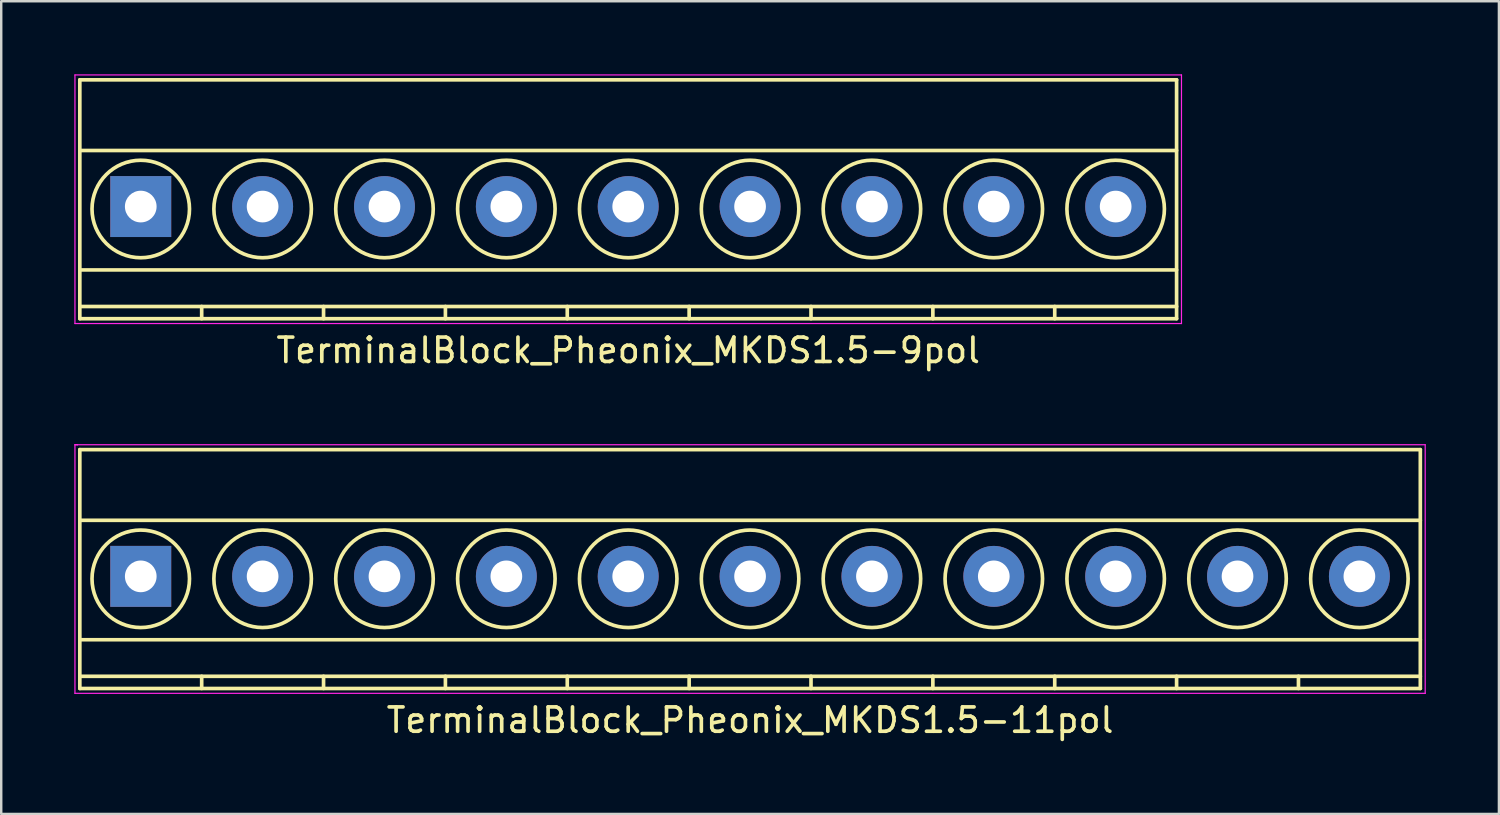
<source format=kicad_pcb>
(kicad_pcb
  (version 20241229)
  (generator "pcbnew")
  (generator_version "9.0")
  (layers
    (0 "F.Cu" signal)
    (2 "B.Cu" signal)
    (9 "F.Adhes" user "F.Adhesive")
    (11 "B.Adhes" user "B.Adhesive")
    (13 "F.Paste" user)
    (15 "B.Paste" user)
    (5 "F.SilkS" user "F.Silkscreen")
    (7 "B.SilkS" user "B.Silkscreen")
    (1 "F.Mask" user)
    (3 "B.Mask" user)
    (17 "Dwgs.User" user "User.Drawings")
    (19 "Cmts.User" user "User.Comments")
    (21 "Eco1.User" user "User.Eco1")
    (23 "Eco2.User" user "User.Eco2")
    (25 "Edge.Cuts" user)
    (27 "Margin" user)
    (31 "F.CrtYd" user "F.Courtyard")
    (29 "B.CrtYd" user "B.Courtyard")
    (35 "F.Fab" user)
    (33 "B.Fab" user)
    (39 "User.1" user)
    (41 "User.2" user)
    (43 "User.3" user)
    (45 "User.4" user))
  (footprint "TerminalBlock_Pheonix_MKDS1.5-9pol"
    (layer "F.Cu")
    (at 2.725 5.425)
    (property "Reference" "TerminalBlock_Pheonix_MKDS1.5-9pol" (at 20 5.9 0) (layer "F.SilkS") (effects (font (size 1 1) (thickness 0.15))))
    (attr through_hole)
    (fp_line (start -2.5 -5.2) (end -2.5 4.6) (stroke (width 0.15) (type solid)) (layer "F.SilkS"))
    (fp_line (start -2.5 -2.3) (end 42.5 -2.3) (stroke (width 0.15) (type solid)) (layer "F.SilkS"))
    (fp_line (start -2.5 2.6) (end 42.5 2.6) (stroke (width 0.15) (type solid)) (layer "F.SilkS"))
    (fp_line (start -2.5 4.1) (end 42.5 4.1) (stroke (width 0.15) (type solid)) (layer "F.SilkS"))
    (fp_line (start -2.5 4.6) (end 42.5 4.6) (stroke (width 0.15) (type solid)) (layer "F.SilkS"))
    (fp_line (start 2.5 4.1) (end 2.5 4.6) (stroke (width 0.15) (type solid)) (layer "F.SilkS"))
    (fp_line (start 7.5 4.1) (end 7.5 4.6) (stroke (width 0.15) (type solid)) (layer "F.SilkS"))
    (fp_line (start 12.5 4.1) (end 12.5 4.6) (stroke (width 0.15) (type solid)) (layer "F.SilkS"))
    (fp_line (start 17.5 4.1) (end 17.5 4.6) (stroke (width 0.15) (type solid)) (layer "F.SilkS"))
    (fp_line (start 22.5 4.1) (end 22.5 4.6) (stroke (width 0.15) (type solid)) (layer "F.SilkS"))
    (fp_line (start 27.5 4.1) (end 27.5 4.6) (stroke (width 0.15) (type solid)) (layer "F.SilkS"))
    (fp_line (start 32.5 4.1) (end 32.5 4.6) (stroke (width 0.15) (type solid)) (layer "F.SilkS"))
    (fp_line (start 37.5 4.1) (end 37.5 4.6) (stroke (width 0.15) (type solid)) (layer "F.SilkS"))
    (fp_line (start 42.5 -5.2) (end -2.5 -5.2) (stroke (width 0.15) (type solid)) (layer "F.SilkS"))
    (fp_line (start 42.5 4.6) (end 42.5 -5.2) (stroke (width 0.15) (type solid)) (layer "F.SilkS"))
    (fp_circle (center 0 0.1) (end 2 0.1) (stroke (width 0.15) (type solid)) (fill no) (layer "F.SilkS"))
    (fp_circle (center 5 0.1) (end 3 0.1) (stroke (width 0.15) (type solid)) (fill no) (layer "F.SilkS"))
    (fp_circle (center 10 0.1) (end 8 0.1) (stroke (width 0.15) (type solid)) (fill no) (layer "F.SilkS"))
    (fp_circle (center 15 0.1) (end 13 0.1) (stroke (width 0.15) (type solid)) (fill no) (layer "F.SilkS"))
    (fp_circle (center 20 0.1) (end 18 0.1) (stroke (width 0.15) (type solid)) (fill no) (layer "F.SilkS"))
    (fp_circle (center 25 0.1) (end 23 0.1) (stroke (width 0.15) (type solid)) (fill no) (layer "F.SilkS"))
    (fp_circle (center 30 0.1) (end 28 0.1) (stroke (width 0.15) (type solid)) (fill no) (layer "F.SilkS"))
    (fp_circle (center 35 0.1) (end 33 0.1) (stroke (width 0.15) (type solid)) (fill no) (layer "F.SilkS"))
    (fp_circle (center 40 0.1) (end 38 0.1) (stroke (width 0.15) (type solid)) (fill no) (layer "F.SilkS"))
    (fp_line (start -2.7 -5.4) (end 42.7 -5.4) (stroke (width 0.05) (type solid)) (layer "F.CrtYd"))
    (fp_line (start -2.7 4.8) (end -2.7 -5.4) (stroke (width 0.05) (type solid)) (layer "F.CrtYd"))
    (fp_line (start 42.7 -5.4) (end 42.7 4.8) (stroke (width 0.05) (type solid)) (layer "F.CrtYd"))
    (fp_line (start 42.7 4.8) (end -2.7 4.8) (stroke (width 0.05) (type solid)) (layer "F.CrtYd"))
    (pad "1" thru_hole rect (at 0 0) (size 2.5 2.5) (drill 1.3) (layers "*.Cu" "*.Mask"))
    (pad "2" thru_hole circle (at 5 0) (size 2.5 2.5) (drill 1.3) (layers "*.Cu" "*.Mask"))
    (pad "3" thru_hole circle (at 10 0) (size 2.5 2.5) (drill 1.3) (layers "*.Cu" "*.Mask"))
    (pad "4" thru_hole circle (at 15 0) (size 2.5 2.5) (drill 1.3) (layers "*.Cu" "*.Mask"))
    (pad "5" thru_hole circle (at 20 0) (size 2.5 2.5) (drill 1.3) (layers "*.Cu" "*.Mask"))
    (pad "6" thru_hole circle (at 25 0) (size 2.5 2.5) (drill 1.3) (layers "*.Cu" "*.Mask"))
    (pad "7" thru_hole circle (at 30 0) (size 2.5 2.5) (drill 1.3) (layers "*.Cu" "*.Mask"))
    (pad "8" thru_hole circle (at 35 0) (size 2.5 2.5) (drill 1.3) (layers "*.Cu" "*.Mask"))
    (pad "9" thru_hole circle (at 40 0) (size 2.5 2.5) (drill 1.3) (layers "*.Cu" "*.Mask")))
  (footprint "TerminalBlock_Pheonix_MKDS1.5-11pol"
    (layer "F.Cu")
    (at 2.725 20.598)
    (property "Reference" "TerminalBlock_Pheonix_MKDS1.5-11pol" (at 25 5.9 0) (layer "F.SilkS") (effects (font (size 1 1) (thickness 0.15))))
    (attr through_hole)
    (fp_line (start -2.5 -5.2) (end -2.5 4.6) (stroke (width 0.15) (type solid)) (layer "F.SilkS"))
    (fp_line (start -2.5 -2.3) (end 52.5 -2.3) (stroke (width 0.15) (type solid)) (layer "F.SilkS"))
    (fp_line (start -2.5 2.6) (end 52.5 2.6) (stroke (width 0.15) (type solid)) (layer "F.SilkS"))
    (fp_line (start -2.5 4.1) (end 52.5 4.1) (stroke (width 0.15) (type solid)) (layer "F.SilkS"))
    (fp_line (start -2.5 4.6) (end 52.5 4.6) (stroke (width 0.15) (type solid)) (layer "F.SilkS"))
    (fp_line (start 2.5 4.1) (end 2.5 4.6) (stroke (width 0.15) (type solid)) (layer "F.SilkS"))
    (fp_line (start 7.5 4.1) (end 7.5 4.6) (stroke (width 0.15) (type solid)) (layer "F.SilkS"))
    (fp_line (start 12.5 4.1) (end 12.5 4.6) (stroke (width 0.15) (type solid)) (layer "F.SilkS"))
    (fp_line (start 17.5 4.1) (end 17.5 4.6) (stroke (width 0.15) (type solid)) (layer "F.SilkS"))
    (fp_line (start 22.5 4.1) (end 22.5 4.6) (stroke (width 0.15) (type solid)) (layer "F.SilkS"))
    (fp_line (start 27.5 4.1) (end 27.5 4.6) (stroke (width 0.15) (type solid)) (layer "F.SilkS"))
    (fp_line (start 32.5 4.1) (end 32.5 4.6) (stroke (width 0.15) (type solid)) (layer "F.SilkS"))
    (fp_line (start 37.5 4.1) (end 37.5 4.6) (stroke (width 0.15) (type solid)) (layer "F.SilkS"))
    (fp_line (start 42.5 4.1) (end 42.5 4.6) (stroke (width 0.15) (type solid)) (layer "F.SilkS"))
    (fp_line (start 47.5 4.1) (end 47.5 4.6) (stroke (width 0.15) (type solid)) (layer "F.SilkS"))
    (fp_line (start 52.5 -5.2) (end -2.5 -5.2) (stroke (width 0.15) (type solid)) (layer "F.SilkS"))
    (fp_line (start 52.5 4.6) (end 52.5 -5.2) (stroke (width 0.15) (type solid)) (layer "F.SilkS"))
    (fp_circle (center 0 0.1) (end 2 0.1) (stroke (width 0.15) (type solid)) (fill no) (layer "F.SilkS"))
    (fp_circle (center 5 0.1) (end 3 0.1) (stroke (width 0.15) (type solid)) (fill no) (layer "F.SilkS"))
    (fp_circle (center 10 0.1) (end 8 0.1) (stroke (width 0.15) (type solid)) (fill no) (layer "F.SilkS"))
    (fp_circle (center 15 0.1) (end 13 0.1) (stroke (width 0.15) (type solid)) (fill no) (layer "F.SilkS"))
    (fp_circle (center 20 0.1) (end 18 0.1) (stroke (width 0.15) (type solid)) (fill no) (layer "F.SilkS"))
    (fp_circle (center 25 0.1) (end 23 0.1) (stroke (width 0.15) (type solid)) (fill no) (layer "F.SilkS"))
    (fp_circle (center 30 0.1) (end 28 0.1) (stroke (width 0.15) (type solid)) (fill no) (layer "F.SilkS"))
    (fp_circle (center 35 0.1) (end 33 0.1) (stroke (width 0.15) (type solid)) (fill no) (layer "F.SilkS"))
    (fp_circle (center 40 0.1) (end 38 0.1) (stroke (width 0.15) (type solid)) (fill no) (layer "F.SilkS"))
    (fp_circle (center 45 0.1) (end 43 0.1) (stroke (width 0.15) (type solid)) (fill no) (layer "F.SilkS"))
    (fp_circle (center 50 0.1) (end 48 0.1) (stroke (width 0.15) (type solid)) (fill no) (layer "F.SilkS"))
    (fp_line (start -2.7 -5.4) (end -2.7 4.8) (stroke (width 0.05) (type solid)) (layer "F.CrtYd"))
    (fp_line (start -2.7 -5.4) (end -2.6 -5.4) (stroke (width 0.05) (type solid)) (layer "F.CrtYd"))
    (fp_line (start -2.7 4.8) (end 52.7 4.8) (stroke (width 0.05) (type solid)) (layer "F.CrtYd"))
    (fp_line (start -2.6 -5.4) (end -2.7 -5.4) (stroke (width 0.05) (type solid)) (layer "F.CrtYd"))
    (fp_line (start 52.7 -5.4) (end -2.6 -5.4) (stroke (width 0.05) (type solid)) (layer "F.CrtYd"))
    (fp_line (start 52.7 4.8) (end 52.7 -5.4) (stroke (width 0.05) (type solid)) (layer "F.CrtYd"))
    (pad "1" thru_hole rect (at 0 0) (size 2.5 2.5) (drill 1.3) (layers "*.Cu" "*.Mask"))
    (pad "2" thru_hole circle (at 5 0) (size 2.5 2.5) (drill 1.3) (layers "*.Cu" "*.Mask"))
    (pad "3" thru_hole circle (at 10 0) (size 2.5 2.5) (drill 1.3) (layers "*.Cu" "*.Mask"))
    (pad "4" thru_hole circle (at 15 0) (size 2.5 2.5) (drill 1.3) (layers "*.Cu" "*.Mask"))
    (pad "5" thru_hole circle (at 20 0) (size 2.5 2.5) (drill 1.3) (layers "*.Cu" "*.Mask"))
    (pad "6" thru_hole circle (at 25 0) (size 2.5 2.5) (drill 1.3) (layers "*.Cu" "*.Mask"))
    (pad "7" thru_hole circle (at 30 0) (size 2.5 2.5) (drill 1.3) (layers "*.Cu" "*.Mask"))
    (pad "8" thru_hole circle (at 35 0) (size 2.5 2.5) (drill 1.3) (layers "*.Cu" "*.Mask"))
    (pad "9" thru_hole circle (at 40 0) (size 2.5 2.5) (drill 1.3) (layers "*.Cu" "*.Mask"))
    (pad "10" thru_hole circle (at 45 0) (size 2.5 2.5) (drill 1.3) (layers "*.Cu" "*.Mask"))
    (pad "11" thru_hole circle (at 50 0) (size 2.5 2.5) (drill 1.3) (layers "*.Cu" "*.Mask")))
  (gr_rect
    (start -3 -3)
    (end 58.45 30.346)
    (stroke (width 0.1) (type default))
    (fill no)
    (layer "Edge.Cuts")))
</source>
